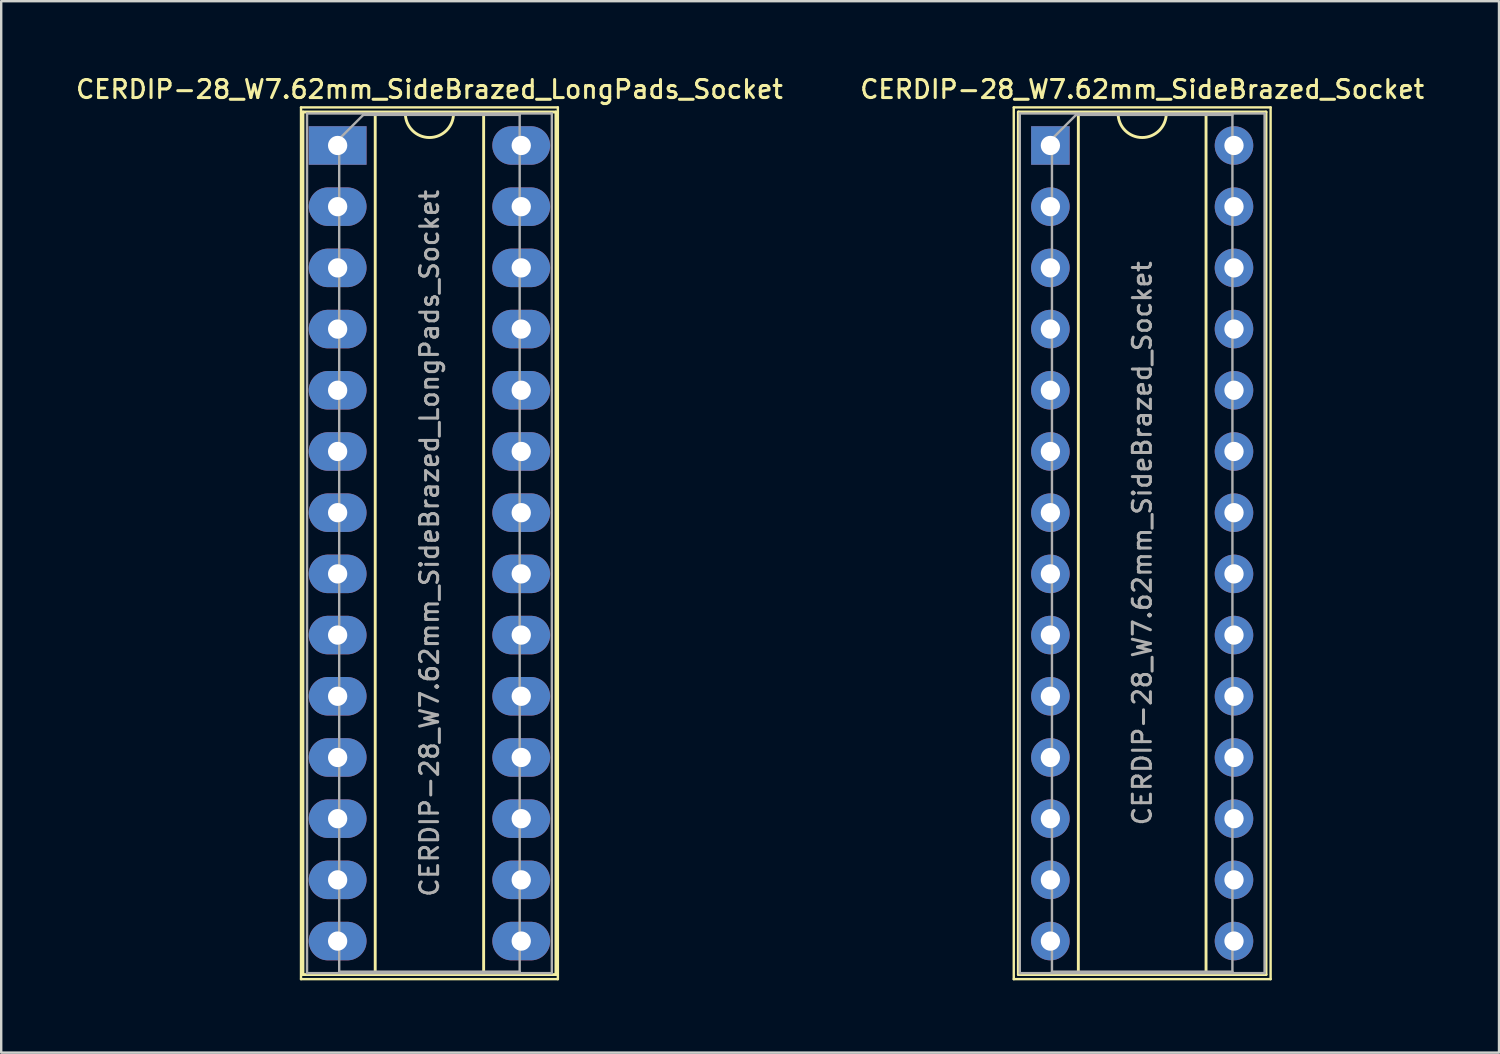
<source format=kicad_pcb>
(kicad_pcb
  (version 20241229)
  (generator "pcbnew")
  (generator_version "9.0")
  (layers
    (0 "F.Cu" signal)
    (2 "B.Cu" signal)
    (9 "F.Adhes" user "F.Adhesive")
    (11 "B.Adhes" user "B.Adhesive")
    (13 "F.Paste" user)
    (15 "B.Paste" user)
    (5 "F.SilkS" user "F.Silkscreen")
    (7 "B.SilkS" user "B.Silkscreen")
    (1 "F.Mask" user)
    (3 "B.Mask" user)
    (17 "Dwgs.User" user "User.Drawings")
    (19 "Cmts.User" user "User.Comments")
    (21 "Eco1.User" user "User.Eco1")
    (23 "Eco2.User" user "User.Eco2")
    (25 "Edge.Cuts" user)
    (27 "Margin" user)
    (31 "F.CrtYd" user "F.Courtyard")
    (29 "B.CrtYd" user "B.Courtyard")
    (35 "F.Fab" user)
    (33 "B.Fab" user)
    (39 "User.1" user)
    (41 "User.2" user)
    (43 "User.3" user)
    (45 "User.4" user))
  (footprint "CERDIP-28_W7.62mm_SideBrazed_Socket"
    (layer "F.Cu")
    (at 40.545 2.988)
    (property "Reference" "CERDIP-28_W7.62mm_SideBrazed_Socket" (at 3.81 -2.33 0) (layer "F.SilkS") (effects (font (size 0.75 0.75) (thickness 0.125))))
    (attr through_hole)
    (fp_line (start -1.52 -1.58) (end -1.52 34.6) (stroke (width 0.1) (type solid)) (layer "F.SilkS"))
    (fp_line (start -1.52 34.6) (end 9.14 34.6) (stroke (width 0.1) (type solid)) (layer "F.SilkS"))
    (fp_line (start -1.33 -1.39) (end -1.33 34.41) (stroke (width 0.12) (type solid)) (layer "F.SilkS"))
    (fp_line (start -1.33 34.41) (end 8.95 34.41) (stroke (width 0.12) (type solid)) (layer "F.SilkS"))
    (fp_line (start 1.16 -1.33) (end 1.16 34.35) (stroke (width 0.12) (type solid)) (layer "F.SilkS"))
    (fp_line (start 1.16 34.35) (end 6.46 34.35) (stroke (width 0.12) (type solid)) (layer "F.SilkS"))
    (fp_line (start 2.81 -1.33) (end 1.16 -1.33) (stroke (width 0.12) (type solid)) (layer "F.SilkS"))
    (fp_line (start 6.46 -1.33) (end 4.81 -1.33) (stroke (width 0.12) (type solid)) (layer "F.SilkS"))
    (fp_line (start 6.46 34.35) (end 6.46 -1.33) (stroke (width 0.12) (type solid)) (layer "F.SilkS"))
    (fp_line (start 8.95 -1.39) (end -1.33 -1.39) (stroke (width 0.12) (type solid)) (layer "F.SilkS"))
    (fp_line (start 8.95 34.41) (end 8.95 -1.39) (stroke (width 0.12) (type solid)) (layer "F.SilkS"))
    (fp_line (start 9.14 -1.58) (end -1.52 -1.58) (stroke (width 0.1) (type solid)) (layer "F.SilkS"))
    (fp_line (start 9.14 34.6) (end 9.14 -1.58) (stroke (width 0.1) (type solid)) (layer "F.SilkS"))
    (fp_arc (start 4.81 -1.33) (mid 3.81 -0.33) (end 2.81 -1.33) (stroke (width 0.12) (type solid)) (layer "F.SilkS"))
    (fp_line (start -1.27 -1.33) (end -1.27 34.35) (stroke (width 0.1) (type solid)) (layer "F.Fab"))
    (fp_line (start -1.27 34.35) (end 8.89 34.35) (stroke (width 0.1) (type solid)) (layer "F.Fab"))
    (fp_line (start 0.065 -0.27) (end 1.065 -1.27) (stroke (width 0.1) (type solid)) (layer "F.Fab"))
    (fp_line (start 0.065 34.29) (end 0.065 -0.27) (stroke (width 0.1) (type solid)) (layer "F.Fab"))
    (fp_line (start 1.065 -1.27) (end 7.555 -1.27) (stroke (width 0.1) (type solid)) (layer "F.Fab"))
    (fp_line (start 7.555 -1.27) (end 7.555 34.29) (stroke (width 0.1) (type solid)) (layer "F.Fab"))
    (fp_line (start 7.555 34.29) (end 0.065 34.29) (stroke (width 0.1) (type solid)) (layer "F.Fab"))
    (fp_line (start 8.89 -1.33) (end -1.27 -1.33) (stroke (width 0.1) (type solid)) (layer "F.Fab"))
    (fp_line (start 8.89 34.35) (end 8.89 -1.33) (stroke (width 0.1) (type solid)) (layer "F.Fab"))
    (fp_text user "${REFERENCE}" (at 3.81 16.51 90) (layer "F.Fab") (effects (font (size 0.75 0.75) (thickness 0.125))))
    (pad "1" thru_hole rect (at 0 0) (size 1.6 1.6) (drill 0.8) (layers "*.Cu" "*.Mask"))
    (pad "2" thru_hole circle (at 0 2.54) (size 1.6 1.6) (drill 0.8) (layers "*.Cu" "*.Mask"))
    (pad "3" thru_hole circle (at 0 5.08) (size 1.6 1.6) (drill 0.8) (layers "*.Cu" "*.Mask"))
    (pad "4" thru_hole circle (at 0 7.62) (size 1.6 1.6) (drill 0.8) (layers "*.Cu" "*.Mask"))
    (pad "5" thru_hole circle (at 0 10.16) (size 1.6 1.6) (drill 0.8) (layers "*.Cu" "*.Mask"))
    (pad "6" thru_hole circle (at 0 12.7) (size 1.6 1.6) (drill 0.8) (layers "*.Cu" "*.Mask"))
    (pad "7" thru_hole circle (at 0 15.24) (size 1.6 1.6) (drill 0.8) (layers "*.Cu" "*.Mask"))
    (pad "8" thru_hole circle (at 0 17.78) (size 1.6 1.6) (drill 0.8) (layers "*.Cu" "*.Mask"))
    (pad "9" thru_hole circle (at 0 20.32) (size 1.6 1.6) (drill 0.8) (layers "*.Cu" "*.Mask"))
    (pad "10" thru_hole circle (at 0 22.86) (size 1.6 1.6) (drill 0.8) (layers "*.Cu" "*.Mask"))
    (pad "11" thru_hole circle (at 0 25.4) (size 1.6 1.6) (drill 0.8) (layers "*.Cu" "*.Mask"))
    (pad "12" thru_hole circle (at 0 27.94) (size 1.6 1.6) (drill 0.8) (layers "*.Cu" "*.Mask"))
    (pad "13" thru_hole circle (at 0 30.48) (size 1.6 1.6) (drill 0.8) (layers "*.Cu" "*.Mask"))
    (pad "14" thru_hole circle (at 0 33.02) (size 1.6 1.6) (drill 0.8) (layers "*.Cu" "*.Mask"))
    (pad "15" thru_hole circle (at 7.62 33.02) (size 1.6 1.6) (drill 0.8) (layers "*.Cu" "*.Mask"))
    (pad "16" thru_hole circle (at 7.62 30.48) (size 1.6 1.6) (drill 0.8) (layers "*.Cu" "*.Mask"))
    (pad "17" thru_hole circle (at 7.62 27.94) (size 1.6 1.6) (drill 0.8) (layers "*.Cu" "*.Mask"))
    (pad "18" thru_hole circle (at 7.62 25.4) (size 1.6 1.6) (drill 0.8) (layers "*.Cu" "*.Mask"))
    (pad "19" thru_hole circle (at 7.62 22.86) (size 1.6 1.6) (drill 0.8) (layers "*.Cu" "*.Mask"))
    (pad "20" thru_hole circle (at 7.62 20.32) (size 1.6 1.6) (drill 0.8) (layers "*.Cu" "*.Mask"))
    (pad "21" thru_hole circle (at 7.62 17.78) (size 1.6 1.6) (drill 0.8) (layers "*.Cu" "*.Mask"))
    (pad "22" thru_hole circle (at 7.62 15.24) (size 1.6 1.6) (drill 0.8) (layers "*.Cu" "*.Mask"))
    (pad "23" thru_hole circle (at 7.62 12.7) (size 1.6 1.6) (drill 0.8) (layers "*.Cu" "*.Mask"))
    (pad "24" thru_hole circle (at 7.62 10.16) (size 1.6 1.6) (drill 0.8) (layers "*.Cu" "*.Mask"))
    (pad "25" thru_hole circle (at 7.62 7.62) (size 1.6 1.6) (drill 0.8) (layers "*.Cu" "*.Mask"))
    (pad "26" thru_hole circle (at 7.62 5.08) (size 1.6 1.6) (drill 0.8) (layers "*.Cu" "*.Mask"))
    (pad "27" thru_hole circle (at 7.62 2.54) (size 1.6 1.6) (drill 0.8) (layers "*.Cu" "*.Mask"))
    (pad "28" thru_hole circle (at 7.62 0) (size 1.6 1.6) (drill 0.8) (layers "*.Cu" "*.Mask")))
  (footprint "CERDIP-28_W7.62mm_SideBrazed_LongPads_Socket"
    (layer "F.Cu")
    (at 10.963 2.988)
    (property "Reference" "CERDIP-28_W7.62mm_SideBrazed_LongPads_Socket" (at 3.81 -2.33 0) (layer "F.SilkS") (effects (font (size 0.75 0.75) (thickness 0.125))))
    (attr through_hole)
    (fp_line (start -1.52 -1.58) (end -1.52 34.6) (stroke (width 0.1) (type solid)) (layer "F.SilkS"))
    (fp_line (start -1.52 34.6) (end 9.14 34.6) (stroke (width 0.1) (type solid)) (layer "F.SilkS"))
    (fp_line (start -1.44 -1.39) (end -1.44 34.41) (stroke (width 0.12) (type solid)) (layer "F.SilkS"))
    (fp_line (start -1.44 34.41) (end 9.06 34.41) (stroke (width 0.12) (type solid)) (layer "F.SilkS"))
    (fp_line (start 1.56 -1.33) (end 1.56 34.35) (stroke (width 0.12) (type solid)) (layer "F.SilkS"))
    (fp_line (start 1.56 34.35) (end 6.06 34.35) (stroke (width 0.12) (type solid)) (layer "F.SilkS"))
    (fp_line (start 2.81 -1.33) (end 1.56 -1.33) (stroke (width 0.12) (type solid)) (layer "F.SilkS"))
    (fp_line (start 6.06 -1.33) (end 4.81 -1.33) (stroke (width 0.12) (type solid)) (layer "F.SilkS"))
    (fp_line (start 6.06 34.35) (end 6.06 -1.33) (stroke (width 0.12) (type solid)) (layer "F.SilkS"))
    (fp_line (start 9.06 -1.39) (end -1.44 -1.39) (stroke (width 0.12) (type solid)) (layer "F.SilkS"))
    (fp_line (start 9.06 34.41) (end 9.06 -1.39) (stroke (width 0.12) (type solid)) (layer "F.SilkS"))
    (fp_line (start 9.14 -1.58) (end -1.52 -1.58) (stroke (width 0.1) (type solid)) (layer "F.SilkS"))
    (fp_line (start 9.14 34.6) (end 9.14 -1.58) (stroke (width 0.1) (type solid)) (layer "F.SilkS"))
    (fp_arc (start 4.81 -1.33) (mid 3.81 -0.33) (end 2.81 -1.33) (stroke (width 0.12) (type solid)) (layer "F.SilkS"))
    (fp_line (start -1.27 -1.33) (end -1.27 34.35) (stroke (width 0.1) (type solid)) (layer "F.Fab"))
    (fp_line (start -1.27 34.35) (end 8.89 34.35) (stroke (width 0.1) (type solid)) (layer "F.Fab"))
    (fp_line (start 0.065 -0.27) (end 1.065 -1.27) (stroke (width 0.1) (type solid)) (layer "F.Fab"))
    (fp_line (start 0.065 34.29) (end 0.065 -0.27) (stroke (width 0.1) (type solid)) (layer "F.Fab"))
    (fp_line (start 1.065 -1.27) (end 7.555 -1.27) (stroke (width 0.1) (type solid)) (layer "F.Fab"))
    (fp_line (start 7.555 -1.27) (end 7.555 34.29) (stroke (width 0.1) (type solid)) (layer "F.Fab"))
    (fp_line (start 7.555 34.29) (end 0.065 34.29) (stroke (width 0.1) (type solid)) (layer "F.Fab"))
    (fp_line (start 8.89 -1.33) (end -1.27 -1.33) (stroke (width 0.1) (type solid)) (layer "F.Fab"))
    (fp_line (start 8.89 34.35) (end 8.89 -1.33) (stroke (width 0.1) (type solid)) (layer "F.Fab"))
    (fp_text user "${REFERENCE}" (at 3.81 16.51 90) (layer "F.Fab") (effects (font (size 0.75 0.75) (thickness 0.125))))
    (pad "1" thru_hole rect (at 0 0) (size 2.4 1.6) (drill 0.8) (layers "*.Cu" "*.Mask"))
    (pad "2" thru_hole oval (at 0 2.54) (size 2.4 1.6) (drill 0.8) (layers "*.Cu" "*.Mask"))
    (pad "3" thru_hole oval (at 0 5.08) (size 2.4 1.6) (drill 0.8) (layers "*.Cu" "*.Mask"))
    (pad "4" thru_hole oval (at 0 7.62) (size 2.4 1.6) (drill 0.8) (layers "*.Cu" "*.Mask"))
    (pad "5" thru_hole oval (at 0 10.16) (size 2.4 1.6) (drill 0.8) (layers "*.Cu" "*.Mask"))
    (pad "6" thru_hole oval (at 0 12.7) (size 2.4 1.6) (drill 0.8) (layers "*.Cu" "*.Mask"))
    (pad "7" thru_hole oval (at 0 15.24) (size 2.4 1.6) (drill 0.8) (layers "*.Cu" "*.Mask"))
    (pad "8" thru_hole oval (at 0 17.78) (size 2.4 1.6) (drill 0.8) (layers "*.Cu" "*.Mask"))
    (pad "9" thru_hole oval (at 0 20.32) (size 2.4 1.6) (drill 0.8) (layers "*.Cu" "*.Mask"))
    (pad "10" thru_hole oval (at 0 22.86) (size 2.4 1.6) (drill 0.8) (layers "*.Cu" "*.Mask"))
    (pad "11" thru_hole oval (at 0 25.4) (size 2.4 1.6) (drill 0.8) (layers "*.Cu" "*.Mask"))
    (pad "12" thru_hole oval (at 0 27.94) (size 2.4 1.6) (drill 0.8) (layers "*.Cu" "*.Mask"))
    (pad "13" thru_hole oval (at 0 30.48) (size 2.4 1.6) (drill 0.8) (layers "*.Cu" "*.Mask"))
    (pad "14" thru_hole oval (at 0 33.02) (size 2.4 1.6) (drill 0.8) (layers "*.Cu" "*.Mask"))
    (pad "15" thru_hole oval (at 7.62 33.02) (size 2.4 1.6) (drill 0.8) (layers "*.Cu" "*.Mask"))
    (pad "16" thru_hole oval (at 7.62 30.48) (size 2.4 1.6) (drill 0.8) (layers "*.Cu" "*.Mask"))
    (pad "17" thru_hole oval (at 7.62 27.94) (size 2.4 1.6) (drill 0.8) (layers "*.Cu" "*.Mask"))
    (pad "18" thru_hole oval (at 7.62 25.4) (size 2.4 1.6) (drill 0.8) (layers "*.Cu" "*.Mask"))
    (pad "19" thru_hole oval (at 7.62 22.86) (size 2.4 1.6) (drill 0.8) (layers "*.Cu" "*.Mask"))
    (pad "20" thru_hole oval (at 7.62 20.32) (size 2.4 1.6) (drill 0.8) (layers "*.Cu" "*.Mask"))
    (pad "21" thru_hole oval (at 7.62 17.78) (size 2.4 1.6) (drill 0.8) (layers "*.Cu" "*.Mask"))
    (pad "22" thru_hole oval (at 7.62 15.24) (size 2.4 1.6) (drill 0.8) (layers "*.Cu" "*.Mask"))
    (pad "23" thru_hole oval (at 7.62 12.7) (size 2.4 1.6) (drill 0.8) (layers "*.Cu" "*.Mask"))
    (pad "24" thru_hole oval (at 7.62 10.16) (size 2.4 1.6) (drill 0.8) (layers "*.Cu" "*.Mask"))
    (pad "25" thru_hole oval (at 7.62 7.62) (size 2.4 1.6) (drill 0.8) (layers "*.Cu" "*.Mask"))
    (pad "26" thru_hole oval (at 7.62 5.08) (size 2.4 1.6) (drill 0.8) (layers "*.Cu" "*.Mask"))
    (pad "27" thru_hole oval (at 7.62 2.54) (size 2.4 1.6) (drill 0.8) (layers "*.Cu" "*.Mask"))
    (pad "28" thru_hole oval (at 7.62 0) (size 2.4 1.6) (drill 0.8) (layers "*.Cu" "*.Mask")))
  (gr_rect
    (start -3 -3)
    (end 59.164 40.638)
    (stroke (width 0.1) (type default))
    (fill no)
    (layer "Edge.Cuts")))
</source>
